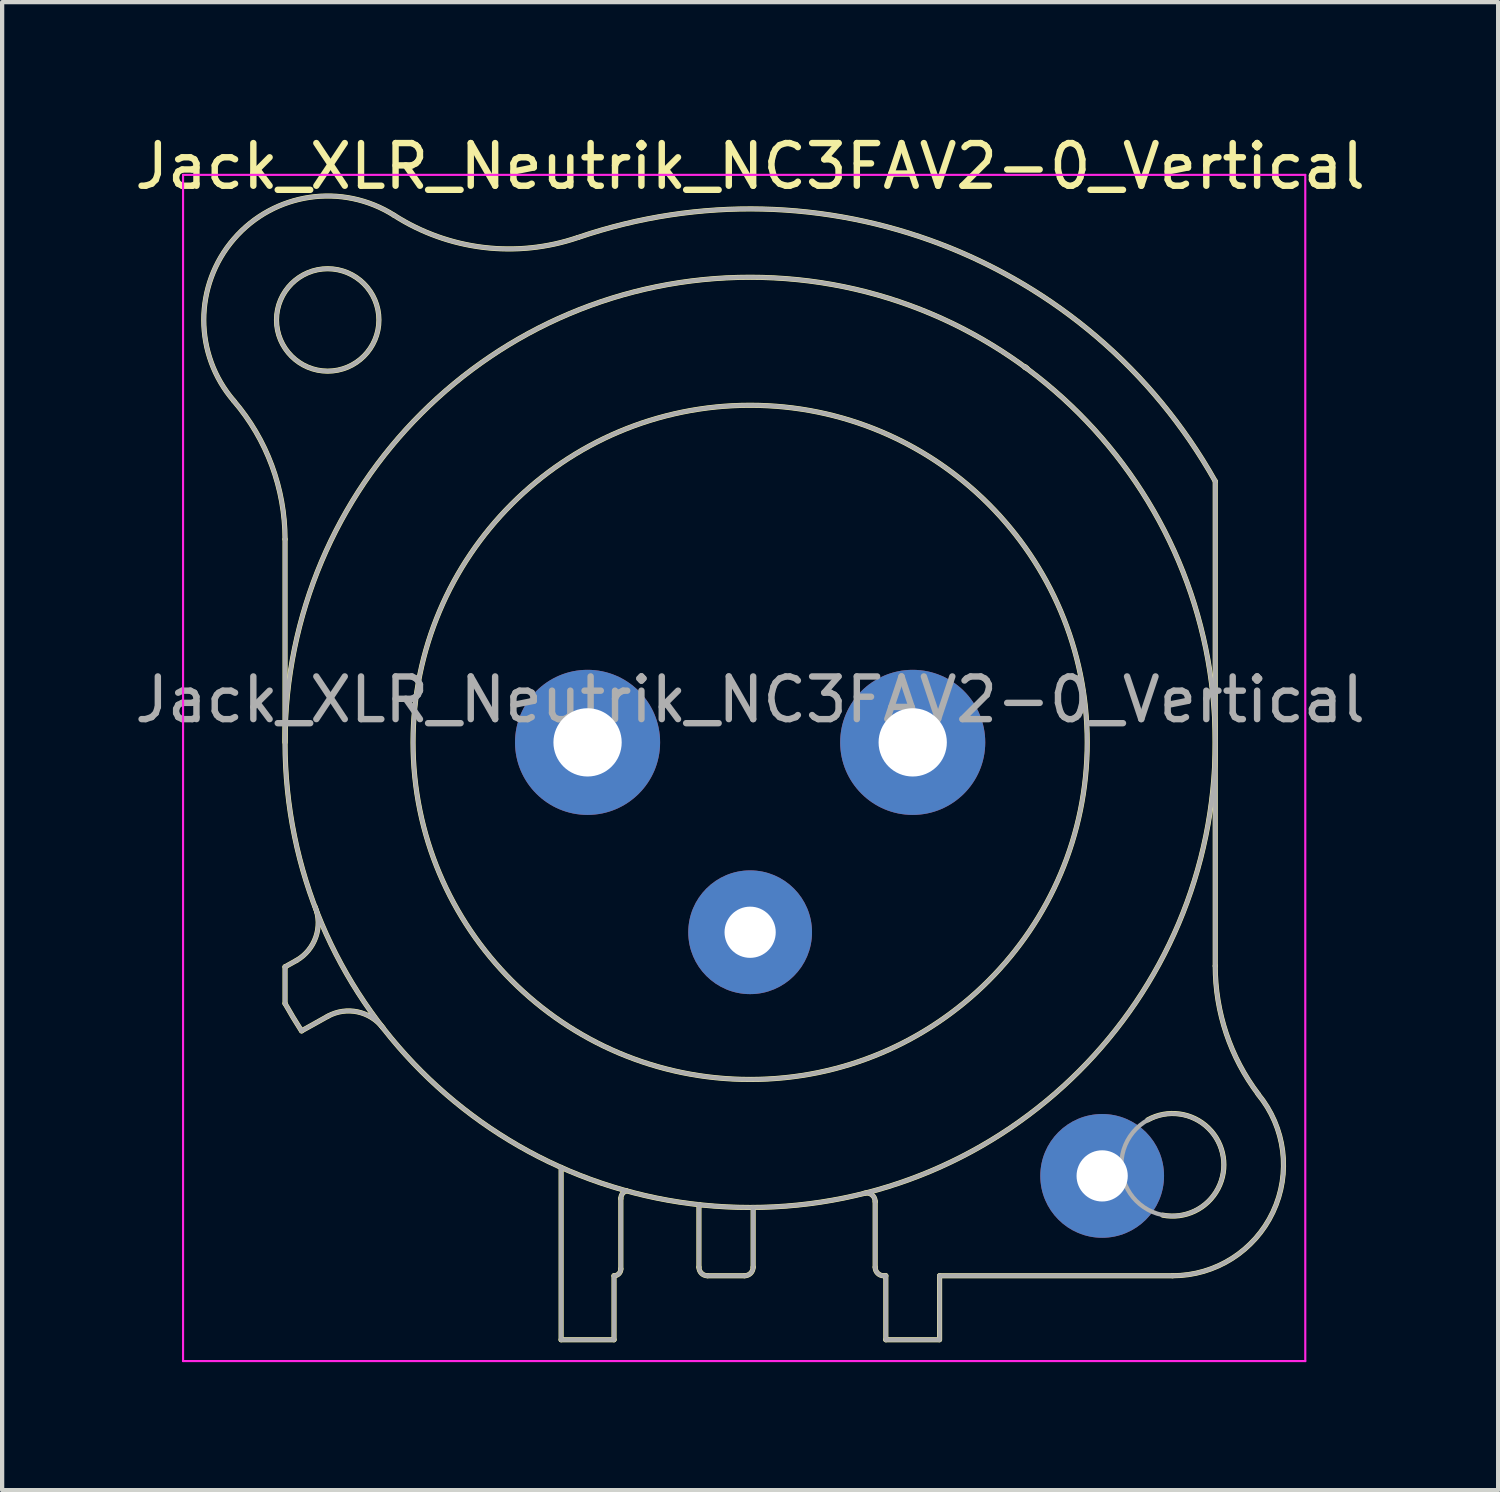
<source format=kicad_pcb>
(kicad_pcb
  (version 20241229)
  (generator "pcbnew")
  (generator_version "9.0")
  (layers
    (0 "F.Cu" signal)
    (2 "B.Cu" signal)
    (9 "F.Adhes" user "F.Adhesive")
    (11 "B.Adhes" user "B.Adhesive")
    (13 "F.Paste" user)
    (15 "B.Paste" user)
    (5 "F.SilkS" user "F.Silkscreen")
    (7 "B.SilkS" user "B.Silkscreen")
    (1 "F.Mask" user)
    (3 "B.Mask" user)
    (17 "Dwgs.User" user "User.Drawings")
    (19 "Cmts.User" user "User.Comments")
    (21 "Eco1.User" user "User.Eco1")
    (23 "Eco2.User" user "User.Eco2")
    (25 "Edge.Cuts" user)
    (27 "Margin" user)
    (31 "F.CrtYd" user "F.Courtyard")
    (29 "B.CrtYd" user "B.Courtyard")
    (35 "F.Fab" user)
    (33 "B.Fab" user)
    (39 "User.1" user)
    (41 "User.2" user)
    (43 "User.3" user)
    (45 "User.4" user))
  (footprint "Jack_XLR_Neutrik_NC3FAV2-0_Vertical"
    (layer "F.Cu")
    (at 18.34 14.348)
    (property "Reference" "Jack_XLR_Neutrik_NC3FAV2-0_Vertical" (at -3.81 -13.5 0) (layer "F.SilkS") (effects (font (size 1 1) (thickness 0.15))))
    (attr through_hole)
    (fp_line (start -14.71 0) (end -14.71 -4.76) (stroke (width 0.12) (type solid)) (layer "F.SilkS"))
    (fp_line (start -14.71 5.26) (end -14.71 6.12) (stroke (width 0.12) (type solid)) (layer "F.SilkS"))
    (fp_line (start -14.44 5.11) (end -14.71 5.26) (stroke (width 0.12) (type solid)) (layer "F.SilkS"))
    (fp_line (start -14.32 6.76) (end -13.71 6.42) (stroke (width 0.12) (type solid)) (layer "F.SilkS"))
    (fp_line (start -8.24 9.96) (end -8.24 14) (stroke (width 0.12) (type solid)) (layer "F.SilkS"))
    (fp_line (start -7 12.5) (end -7 14) (stroke (width 0.12) (type solid)) (layer "F.SilkS"))
    (fp_line (start -7 14) (end -8.24 14) (stroke (width 0.12) (type solid)) (layer "F.SilkS"))
    (fp_line (start -6.84 12.34) (end -6.84 10.69) (stroke (width 0.12) (type solid)) (layer "F.SilkS"))
    (fp_line (start -5.01 10.83) (end -5.01 12.3) (stroke (width 0.12) (type solid)) (layer "F.SilkS"))
    (fp_line (start -3.94 12.5) (end -4.81 12.5) (stroke (width 0.12) (type solid)) (layer "F.SilkS"))
    (fp_line (start -3.74 10.9) (end -3.74 12.3) (stroke (width 0.12) (type solid)) (layer "F.SilkS"))
    (fp_line (start -0.88 12.3) (end -0.88 10.76) (stroke (width 0.12) (type solid)) (layer "F.SilkS"))
    (fp_line (start -0.63 12.5) (end -0.68 12.5) (stroke (width 0.12) (type solid)) (layer "F.SilkS"))
    (fp_line (start -0.63 12.5) (end -0.63 14) (stroke (width 0.12) (type solid)) (layer "F.SilkS"))
    (fp_line (start 0.62 14) (end -0.63 14) (stroke (width 0.12) (type solid)) (layer "F.SilkS"))
    (fp_line (start 0.63 12.5) (end 6.09 12.5) (stroke (width 0.12) (type solid)) (layer "F.SilkS"))
    (fp_line (start 0.63 14) (end 0.63 12.5) (stroke (width 0.12) (type solid)) (layer "F.SilkS"))
    (fp_line (start 7.09 5.24) (end 7.09 -6.12) (stroke (width 0.12) (type solid)) (layer "F.SilkS"))
    (fp_arc (start -15.908829 -8.000856) (mid -15.019313 -6.48774) (end -14.71 -4.76) (stroke (width 0.12) (type solid)) (layer "F.SilkS"))
    (fp_arc (start -15.908236 -8.001617) (mid -15.907486 -11.799251) (end -12.15 -12.35) (stroke (width 0.12) (type solid)) (layer "F.SilkS"))
    (fp_arc (start -14.32314 6.763008) (mid -14.521396 6.444407) (end -14.71 6.12) (stroke (width 0.12) (type solid)) (layer "F.SilkS"))
    (fp_arc (start -14.004283 3.855674) (mid -13.989213 4.56375) (end -14.44 5.11) (stroke (width 0.12) (type solid)) (layer "F.SilkS"))
    (fp_arc (start -13.71 6.42) (mid -13.01025 6.315915) (end -12.412202 6.693832) (stroke (width 0.12) (type solid)) (layer "F.SilkS"))
    (fp_arc (start -7.848035 -11.831177) (mid -10.058192 -11.599923) (end -12.15 -12.35) (stroke (width 0.12) (type solid)) (layer "F.SilkS"))
    (fp_arc (start -7.841153 -11.83276) (mid 0.657009 -11.675197) (end 7.09 -6.12) (stroke (width 0.12) (type solid)) (layer "F.SilkS"))
    (fp_arc (start -6.84 10.69) (mid -6.803713 10.578321) (end -6.708713 10.509299) (stroke (width 0.12) (type solid)) (layer "F.SilkS"))
    (fp_arc (start -6.84 12.34) (mid -6.886863 12.453137) (end -7 12.5) (stroke (width 0.12) (type solid)) (layer "F.SilkS"))
    (fp_arc (start -4.81 12.5) (mid -4.951421 12.441421) (end -5.01 12.3) (stroke (width 0.12) (type solid)) (layer "F.SilkS"))
    (fp_arc (start -3.74 12.3) (mid -3.798579 12.441421) (end -3.94 12.5) (stroke (width 0.12) (type solid)) (layer "F.SilkS"))
    (fp_arc (start -1.1294 10.566197) (mid -0.957281 10.602076) (end -0.88 10.76) (stroke (width 0.12) (type solid)) (layer "F.SilkS"))
    (fp_arc (start -0.68 12.5) (mid -0.821421 12.441421) (end -0.88 12.3) (stroke (width 0.12) (type solid)) (layer "F.SilkS"))
    (fp_arc (start 2.636924 -8.782671) (mid 2.628394 -8.791269) (end 2.62 -8.8) (stroke (width 0.12) (type solid)) (layer "F.SilkS"))
    (fp_arc (start 2.680052 -8.767734) (mid 2.65973 -8.7835) (end 2.64 -8.8) (stroke (width 0.12) (type solid)) (layer "F.SilkS"))
    (fp_arc (start 5.507701 8.848226) (mid 7.277502 9.712546) (end 5.86 11.08) (stroke (width 0.12) (type solid)) (layer "F.SilkS"))
    (fp_arc (start 8.095865 8.245761) (mid 8.441704 11.008824) (end 6.09 12.5) (stroke (width 0.12) (type solid)) (layer "F.SilkS"))
    (fp_arc (start 8.098032 8.243976) (mid 7.348729 6.824298) (end 7.09 5.24) (stroke (width 0.12) (type solid)) (layer "F.SilkS"))
    (fp_circle (center -13.71 -9.9) (end -12.51 -9.9) (stroke (width 0.12) (type solid)) (fill no) (layer "F.SilkS"))
    (fp_circle (center -3.81 0) (end 4.09 0) (stroke (width 0.12) (type solid)) (fill no) (layer "F.SilkS"))
    (fp_circle (center -3.81 0) (end 7.09 0) (stroke (width 0.12) (type solid)) (fill no) (layer "F.SilkS"))
    (fp_line (start -17.1 -13.3) (end 9.2 -13.3) (stroke (width 0.05) (type solid)) (layer "F.CrtYd"))
    (fp_line (start -17.1 14.5) (end -17.1 -13.3) (stroke (width 0.05) (type solid)) (layer "F.CrtYd"))
    (fp_line (start 9.2 -13.3) (end 9.2 14.5) (stroke (width 0.05) (type solid)) (layer "F.CrtYd"))
    (fp_line (start 9.2 14.5) (end -17.1 14.5) (stroke (width 0.05) (type solid)) (layer "F.CrtYd"))
    (fp_line (start -14.71 0) (end -14.71 -4.76) (stroke (width 0.1) (type solid)) (layer "F.Fab"))
    (fp_line (start -14.71 5.26) (end -14.71 6.12) (stroke (width 0.1) (type solid)) (layer "F.Fab"))
    (fp_line (start -14.44 5.11) (end -14.71 5.26) (stroke (width 0.1) (type solid)) (layer "F.Fab"))
    (fp_line (start -14.32 6.76) (end -13.71 6.42) (stroke (width 0.1) (type solid)) (layer "F.Fab"))
    (fp_line (start -8.24 9.96) (end -8.24 14) (stroke (width 0.1) (type solid)) (layer "F.Fab"))
    (fp_line (start -7 12.5) (end -7 14) (stroke (width 0.1) (type solid)) (layer "F.Fab"))
    (fp_line (start -7 14) (end -8.24 14) (stroke (width 0.1) (type solid)) (layer "F.Fab"))
    (fp_line (start -6.84 12.34) (end -6.84 10.69) (stroke (width 0.1) (type solid)) (layer "F.Fab"))
    (fp_line (start -5.01 10.83) (end -5.01 12.3) (stroke (width 0.1) (type solid)) (layer "F.Fab"))
    (fp_line (start -3.94 12.5) (end -4.81 12.5) (stroke (width 0.1) (type solid)) (layer "F.Fab"))
    (fp_line (start -3.74 10.9) (end -3.74 12.3) (stroke (width 0.1) (type solid)) (layer "F.Fab"))
    (fp_line (start -0.88 12.3) (end -0.88 10.76) (stroke (width 0.1) (type solid)) (layer "F.Fab"))
    (fp_line (start -0.63 12.5) (end -0.68 12.5) (stroke (width 0.1) (type solid)) (layer "F.Fab"))
    (fp_line (start -0.63 12.5) (end -0.63 14) (stroke (width 0.1) (type solid)) (layer "F.Fab"))
    (fp_line (start 0.62 14) (end -0.63 14) (stroke (width 0.1) (type solid)) (layer "F.Fab"))
    (fp_line (start 0.63 12.5) (end 6.09 12.5) (stroke (width 0.1) (type solid)) (layer "F.Fab"))
    (fp_line (start 0.63 14) (end 0.63 12.5) (stroke (width 0.1) (type solid)) (layer "F.Fab"))
    (fp_line (start 7.09 5.24) (end 7.09 -6.12) (stroke (width 0.1) (type solid)) (layer "F.Fab"))
    (fp_arc (start -15.908829 -8.000856) (mid -15.019313 -6.48774) (end -14.71 -4.76) (stroke (width 0.1) (type solid)) (layer "F.Fab"))
    (fp_arc (start -15.908236 -8.001617) (mid -15.907486 -11.799251) (end -12.15 -12.35) (stroke (width 0.1) (type solid)) (layer "F.Fab"))
    (fp_arc (start -14.32314 6.763008) (mid -14.521396 6.444407) (end -14.71 6.12) (stroke (width 0.1) (type solid)) (layer "F.Fab"))
    (fp_arc (start -14.004283 3.855674) (mid -13.989213 4.56375) (end -14.44 5.11) (stroke (width 0.1) (type solid)) (layer "F.Fab"))
    (fp_arc (start -13.71 6.42) (mid -13.01025 6.315915) (end -12.412202 6.693832) (stroke (width 0.1) (type solid)) (layer "F.Fab"))
    (fp_arc (start -7.848035 -11.831177) (mid -10.058192 -11.599923) (end -12.15 -12.35) (stroke (width 0.1) (type solid)) (layer "F.Fab"))
    (fp_arc (start -7.841153 -11.83276) (mid 0.657009 -11.675197) (end 7.09 -6.12) (stroke (width 0.1) (type solid)) (layer "F.Fab"))
    (fp_arc (start -6.84 10.69) (mid -6.803713 10.578321) (end -6.708713 10.509299) (stroke (width 0.1) (type solid)) (layer "F.Fab"))
    (fp_arc (start -6.84 12.34) (mid -6.886863 12.453137) (end -7 12.5) (stroke (width 0.1) (type solid)) (layer "F.Fab"))
    (fp_arc (start -4.81 12.5) (mid -4.951421 12.441421) (end -5.01 12.3) (stroke (width 0.1) (type solid)) (layer "F.Fab"))
    (fp_arc (start -3.74 12.3) (mid -3.798579 12.441421) (end -3.94 12.5) (stroke (width 0.1) (type solid)) (layer "F.Fab"))
    (fp_arc (start -1.1294 10.566197) (mid -0.957281 10.602076) (end -0.88 10.76) (stroke (width 0.1) (type solid)) (layer "F.Fab"))
    (fp_arc (start -0.68 12.5) (mid -0.821421 12.441421) (end -0.88 12.3) (stroke (width 0.1) (type solid)) (layer "F.Fab"))
    (fp_arc (start 2.636924 -8.782671) (mid 2.628394 -8.791269) (end 2.62 -8.8) (stroke (width 0.1) (type solid)) (layer "F.Fab"))
    (fp_arc (start 2.680052 -8.767734) (mid 2.65973 -8.7835) (end 2.64 -8.8) (stroke (width 0.1) (type solid)) (layer "F.Fab"))
    (fp_arc (start 8.095865 8.245761) (mid 8.441704 11.008824) (end 6.09 12.5) (stroke (width 0.1) (type solid)) (layer "F.Fab"))
    (fp_arc (start 8.098032 8.243976) (mid 7.348729 6.824298) (end 7.09 5.24) (stroke (width 0.1) (type solid)) (layer "F.Fab"))
    (fp_circle (center -13.71 -9.9) (end -12.51 -9.9) (stroke (width 0.1) (type solid)) (fill no) (layer "F.Fab"))
    (fp_circle (center -3.81 0) (end 4.09 0) (stroke (width 0.1) (type solid)) (fill no) (layer "F.Fab"))
    (fp_circle (center -3.81 0) (end 7.09 0) (stroke (width 0.1) (type solid)) (fill no) (layer "F.Fab"))
    (fp_circle (center 6.09 9.9) (end 7.29 9.9) (stroke (width 0.1) (type solid)) (fill no) (layer "F.Fab"))
    (fp_text user "${REFERENCE}" (at -3.81 -1 0) (layer "F.Fab") (effects (font (size 1 1) (thickness 0.15))))
    (pad "1" thru_hole circle (at 0 0) (size 3.4 3.4) (drill 1.6) (layers "*.Cu" "*.Mask"))
    (pad "2" thru_hole circle (at -7.62 0) (size 3.4 3.4) (drill 1.6) (layers "*.Cu" "*.Mask"))
    (pad "3" thru_hole circle (at -3.81 4.45) (size 2.9 2.9) (drill 1.2) (layers "*.Cu" "*.Mask"))
    (pad "G" thru_hole circle (at 4.44 10.16) (size 2.9 2.9) (drill 1.2) (layers "*.Cu" "*.Mask")))
  (gr_rect
    (start -3 -3)
    (end 32.06 31.873)
    (stroke (width 0.1) (type default))
    (fill no)
    (layer "Edge.Cuts")))
</source>
